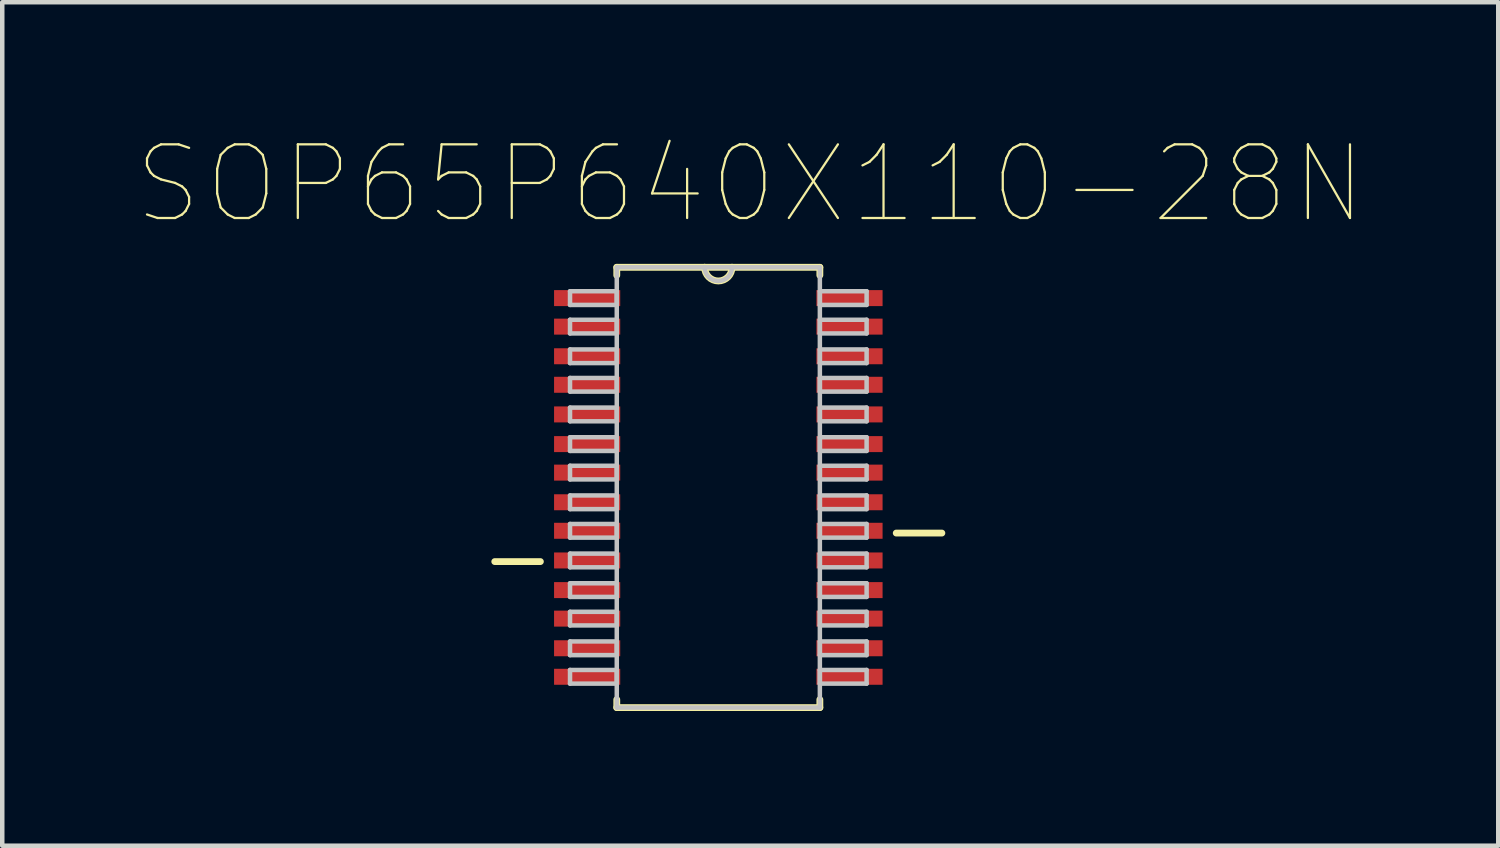
<source format=kicad_pcb>
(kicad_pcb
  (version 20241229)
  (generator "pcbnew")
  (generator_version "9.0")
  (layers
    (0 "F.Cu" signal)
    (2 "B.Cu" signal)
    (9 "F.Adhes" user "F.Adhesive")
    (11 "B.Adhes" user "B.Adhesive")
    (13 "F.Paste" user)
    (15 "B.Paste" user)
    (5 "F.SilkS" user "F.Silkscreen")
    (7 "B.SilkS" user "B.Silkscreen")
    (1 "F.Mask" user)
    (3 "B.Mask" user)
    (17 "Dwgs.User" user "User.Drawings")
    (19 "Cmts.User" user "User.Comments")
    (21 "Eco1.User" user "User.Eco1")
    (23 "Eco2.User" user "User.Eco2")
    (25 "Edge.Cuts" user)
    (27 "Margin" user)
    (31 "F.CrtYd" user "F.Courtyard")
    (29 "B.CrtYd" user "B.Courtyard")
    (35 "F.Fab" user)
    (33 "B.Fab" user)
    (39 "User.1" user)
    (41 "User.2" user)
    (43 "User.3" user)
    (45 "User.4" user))
  (footprint "SOP65P640X110-28N"
    (layer "F.Cu")
    (at 12.945 7.804)
    (property "Reference" "SOP65P640X110-28N" (at 0.711 -6.756 0) (layer "F.SilkS") (effects (font (size 1.64 1.64) (thickness 0.05))))
    (attr smd)
    (fp_line (start -4.978 1.651) (end -3.962 1.651) (stroke (width 0.152) (type solid)) (layer "F.SilkS"))
    (fp_line (start -2.261 -4.902) (end -2.261 -4.724) (stroke (width 0.152) (type solid)) (layer "F.SilkS"))
    (fp_line (start -2.261 4.724) (end -2.261 4.902) (stroke (width 0.152) (type solid)) (layer "F.SilkS"))
    (fp_line (start -2.261 4.902) (end 2.261 4.902) (stroke (width 0.152) (type solid)) (layer "F.SilkS"))
    (fp_line (start -0.305 -4.902) (end -2.261 -4.902) (stroke (width 0.152) (type solid)) (layer "F.SilkS"))
    (fp_line (start 0.305 -4.902) (end -0.305 -4.902) (stroke (width 0.152) (type solid)) (layer "F.SilkS"))
    (fp_line (start 2.261 -4.902) (end 0.305 -4.902) (stroke (width 0.152) (type solid)) (layer "F.SilkS"))
    (fp_line (start 2.261 -4.724) (end 2.261 -4.902) (stroke (width 0.152) (type solid)) (layer "F.SilkS"))
    (fp_line (start 2.261 4.902) (end 2.261 4.724) (stroke (width 0.152) (type solid)) (layer "F.SilkS"))
    (fp_line (start 3.962 1.016) (end 4.978 1.016) (stroke (width 0.152) (type solid)) (layer "F.SilkS"))
    (fp_arc (start 0.3048 -4.9022) (mid 0 -4.5974) (end -0.3048 -4.9022) (stroke (width 0.1524) (type solid)) (layer "F.SilkS"))
    (fp_line (start -3.302 -4.369) (end -3.302 -4.064) (stroke (width 0.1) (type solid)) (layer "Dwgs.User"))
    (fp_line (start -3.302 -4.064) (end -2.261 -4.064) (stroke (width 0.1) (type solid)) (layer "Dwgs.User"))
    (fp_line (start -3.302 -3.734) (end -3.302 -3.429) (stroke (width 0.1) (type solid)) (layer "Dwgs.User"))
    (fp_line (start -3.302 -3.429) (end -2.261 -3.429) (stroke (width 0.1) (type solid)) (layer "Dwgs.User"))
    (fp_line (start -3.302 -3.073) (end -3.302 -2.769) (stroke (width 0.1) (type solid)) (layer "Dwgs.User"))
    (fp_line (start -3.302 -2.769) (end -2.261 -2.769) (stroke (width 0.1) (type solid)) (layer "Dwgs.User"))
    (fp_line (start -3.302 -2.438) (end -3.302 -2.134) (stroke (width 0.1) (type solid)) (layer "Dwgs.User"))
    (fp_line (start -3.302 -2.134) (end -2.261 -2.134) (stroke (width 0.1) (type solid)) (layer "Dwgs.User"))
    (fp_line (start -3.302 -1.778) (end -3.302 -1.473) (stroke (width 0.1) (type solid)) (layer "Dwgs.User"))
    (fp_line (start -3.302 -1.473) (end -2.261 -1.473) (stroke (width 0.1) (type solid)) (layer "Dwgs.User"))
    (fp_line (start -3.302 -1.118) (end -3.302 -0.813) (stroke (width 0.1) (type solid)) (layer "Dwgs.User"))
    (fp_line (start -3.302 -0.813) (end -2.261 -0.813) (stroke (width 0.1) (type solid)) (layer "Dwgs.User"))
    (fp_line (start -3.302 -0.483) (end -3.302 -0.178) (stroke (width 0.1) (type solid)) (layer "Dwgs.User"))
    (fp_line (start -3.302 -0.178) (end -2.261 -0.178) (stroke (width 0.1) (type solid)) (layer "Dwgs.User"))
    (fp_line (start -3.302 0.178) (end -3.302 0.483) (stroke (width 0.1) (type solid)) (layer "Dwgs.User"))
    (fp_line (start -3.302 0.483) (end -2.261 0.483) (stroke (width 0.1) (type solid)) (layer "Dwgs.User"))
    (fp_line (start -3.302 0.813) (end -3.302 1.118) (stroke (width 0.1) (type solid)) (layer "Dwgs.User"))
    (fp_line (start -3.302 1.118) (end -2.261 1.118) (stroke (width 0.1) (type solid)) (layer "Dwgs.User"))
    (fp_line (start -3.302 1.473) (end -3.302 1.778) (stroke (width 0.1) (type solid)) (layer "Dwgs.User"))
    (fp_line (start -3.302 1.778) (end -2.261 1.778) (stroke (width 0.1) (type solid)) (layer "Dwgs.User"))
    (fp_line (start -3.302 2.134) (end -3.302 2.438) (stroke (width 0.1) (type solid)) (layer "Dwgs.User"))
    (fp_line (start -3.302 2.438) (end -2.261 2.438) (stroke (width 0.1) (type solid)) (layer "Dwgs.User"))
    (fp_line (start -3.302 2.769) (end -3.302 3.073) (stroke (width 0.1) (type solid)) (layer "Dwgs.User"))
    (fp_line (start -3.302 3.073) (end -2.261 3.073) (stroke (width 0.1) (type solid)) (layer "Dwgs.User"))
    (fp_line (start -3.302 3.429) (end -3.302 3.734) (stroke (width 0.1) (type solid)) (layer "Dwgs.User"))
    (fp_line (start -3.302 3.734) (end -2.261 3.734) (stroke (width 0.1) (type solid)) (layer "Dwgs.User"))
    (fp_line (start -3.302 4.064) (end -3.302 4.369) (stroke (width 0.1) (type solid)) (layer "Dwgs.User"))
    (fp_line (start -3.302 4.369) (end -2.261 4.369) (stroke (width 0.1) (type solid)) (layer "Dwgs.User"))
    (fp_line (start -2.261 -4.902) (end -2.261 4.902) (stroke (width 0.1) (type solid)) (layer "Dwgs.User"))
    (fp_line (start -2.261 -4.369) (end -3.302 -4.369) (stroke (width 0.1) (type solid)) (layer "Dwgs.User"))
    (fp_line (start -2.261 -4.064) (end -2.261 -4.369) (stroke (width 0.1) (type solid)) (layer "Dwgs.User"))
    (fp_line (start -2.261 -3.734) (end -3.302 -3.734) (stroke (width 0.1) (type solid)) (layer "Dwgs.User"))
    (fp_line (start -2.261 -3.429) (end -2.261 -3.734) (stroke (width 0.1) (type solid)) (layer "Dwgs.User"))
    (fp_line (start -2.261 -3.073) (end -3.302 -3.073) (stroke (width 0.1) (type solid)) (layer "Dwgs.User"))
    (fp_line (start -2.261 -2.769) (end -2.261 -3.073) (stroke (width 0.1) (type solid)) (layer "Dwgs.User"))
    (fp_line (start -2.261 -2.438) (end -3.302 -2.438) (stroke (width 0.1) (type solid)) (layer "Dwgs.User"))
    (fp_line (start -2.261 -2.134) (end -2.261 -2.438) (stroke (width 0.1) (type solid)) (layer "Dwgs.User"))
    (fp_line (start -2.261 -1.778) (end -3.302 -1.778) (stroke (width 0.1) (type solid)) (layer "Dwgs.User"))
    (fp_line (start -2.261 -1.473) (end -2.261 -1.778) (stroke (width 0.1) (type solid)) (layer "Dwgs.User"))
    (fp_line (start -2.261 -1.118) (end -3.302 -1.118) (stroke (width 0.1) (type solid)) (layer "Dwgs.User"))
    (fp_line (start -2.261 -0.813) (end -2.261 -1.118) (stroke (width 0.1) (type solid)) (layer "Dwgs.User"))
    (fp_line (start -2.261 -0.483) (end -3.302 -0.483) (stroke (width 0.1) (type solid)) (layer "Dwgs.User"))
    (fp_line (start -2.261 -0.178) (end -2.261 -0.483) (stroke (width 0.1) (type solid)) (layer "Dwgs.User"))
    (fp_line (start -2.261 0.178) (end -3.302 0.178) (stroke (width 0.1) (type solid)) (layer "Dwgs.User"))
    (fp_line (start -2.261 0.483) (end -2.261 0.178) (stroke (width 0.1) (type solid)) (layer "Dwgs.User"))
    (fp_line (start -2.261 0.813) (end -3.302 0.813) (stroke (width 0.1) (type solid)) (layer "Dwgs.User"))
    (fp_line (start -2.261 1.118) (end -2.261 0.813) (stroke (width 0.1) (type solid)) (layer "Dwgs.User"))
    (fp_line (start -2.261 1.473) (end -3.302 1.473) (stroke (width 0.1) (type solid)) (layer "Dwgs.User"))
    (fp_line (start -2.261 1.778) (end -2.261 1.473) (stroke (width 0.1) (type solid)) (layer "Dwgs.User"))
    (fp_line (start -2.261 2.134) (end -3.302 2.134) (stroke (width 0.1) (type solid)) (layer "Dwgs.User"))
    (fp_line (start -2.261 2.438) (end -2.261 2.134) (stroke (width 0.1) (type solid)) (layer "Dwgs.User"))
    (fp_line (start -2.261 2.769) (end -3.302 2.769) (stroke (width 0.1) (type solid)) (layer "Dwgs.User"))
    (fp_line (start -2.261 3.073) (end -2.261 2.769) (stroke (width 0.1) (type solid)) (layer "Dwgs.User"))
    (fp_line (start -2.261 3.429) (end -3.302 3.429) (stroke (width 0.1) (type solid)) (layer "Dwgs.User"))
    (fp_line (start -2.261 3.734) (end -2.261 3.429) (stroke (width 0.1) (type solid)) (layer "Dwgs.User"))
    (fp_line (start -2.261 4.064) (end -3.302 4.064) (stroke (width 0.1) (type solid)) (layer "Dwgs.User"))
    (fp_line (start -2.261 4.369) (end -2.261 4.064) (stroke (width 0.1) (type solid)) (layer "Dwgs.User"))
    (fp_line (start -2.261 4.902) (end 2.261 4.902) (stroke (width 0.1) (type solid)) (layer "Dwgs.User"))
    (fp_line (start -0.305 -4.902) (end -2.261 -4.902) (stroke (width 0.1) (type solid)) (layer "Dwgs.User"))
    (fp_line (start 0.305 -4.902) (end -0.305 -4.902) (stroke (width 0.1) (type solid)) (layer "Dwgs.User"))
    (fp_line (start 2.261 -4.902) (end 0.305 -4.902) (stroke (width 0.1) (type solid)) (layer "Dwgs.User"))
    (fp_line (start 2.261 -4.369) (end 2.261 -4.064) (stroke (width 0.1) (type solid)) (layer "Dwgs.User"))
    (fp_line (start 2.261 -4.064) (end 3.302 -4.064) (stroke (width 0.1) (type solid)) (layer "Dwgs.User"))
    (fp_line (start 2.261 -3.734) (end 2.261 -3.429) (stroke (width 0.1) (type solid)) (layer "Dwgs.User"))
    (fp_line (start 2.261 -3.429) (end 3.302 -3.429) (stroke (width 0.1) (type solid)) (layer "Dwgs.User"))
    (fp_line (start 2.261 -3.073) (end 2.261 -2.769) (stroke (width 0.1) (type solid)) (layer "Dwgs.User"))
    (fp_line (start 2.261 -2.769) (end 3.302 -2.769) (stroke (width 0.1) (type solid)) (layer "Dwgs.User"))
    (fp_line (start 2.261 -2.438) (end 2.261 -2.134) (stroke (width 0.1) (type solid)) (layer "Dwgs.User"))
    (fp_line (start 2.261 -2.134) (end 3.302 -2.134) (stroke (width 0.1) (type solid)) (layer "Dwgs.User"))
    (fp_line (start 2.261 -1.778) (end 2.261 -1.473) (stroke (width 0.1) (type solid)) (layer "Dwgs.User"))
    (fp_line (start 2.261 -1.473) (end 3.302 -1.473) (stroke (width 0.1) (type solid)) (layer "Dwgs.User"))
    (fp_line (start 2.261 -1.118) (end 2.261 -0.813) (stroke (width 0.1) (type solid)) (layer "Dwgs.User"))
    (fp_line (start 2.261 -0.813) (end 3.302 -0.813) (stroke (width 0.1) (type solid)) (layer "Dwgs.User"))
    (fp_line (start 2.261 -0.483) (end 2.261 -0.178) (stroke (width 0.1) (type solid)) (layer "Dwgs.User"))
    (fp_line (start 2.261 -0.178) (end 3.302 -0.178) (stroke (width 0.1) (type solid)) (layer "Dwgs.User"))
    (fp_line (start 2.261 0.178) (end 2.261 0.483) (stroke (width 0.1) (type solid)) (layer "Dwgs.User"))
    (fp_line (start 2.261 0.483) (end 3.302 0.483) (stroke (width 0.1) (type solid)) (layer "Dwgs.User"))
    (fp_line (start 2.261 0.813) (end 2.261 1.118) (stroke (width 0.1) (type solid)) (layer "Dwgs.User"))
    (fp_line (start 2.261 1.118) (end 3.302 1.118) (stroke (width 0.1) (type solid)) (layer "Dwgs.User"))
    (fp_line (start 2.261 1.473) (end 2.261 1.778) (stroke (width 0.1) (type solid)) (layer "Dwgs.User"))
    (fp_line (start 2.261 1.778) (end 3.302 1.778) (stroke (width 0.1) (type solid)) (layer "Dwgs.User"))
    (fp_line (start 2.261 2.134) (end 2.261 2.438) (stroke (width 0.1) (type solid)) (layer "Dwgs.User"))
    (fp_line (start 2.261 2.438) (end 3.302 2.438) (stroke (width 0.1) (type solid)) (layer "Dwgs.User"))
    (fp_line (start 2.261 2.769) (end 2.261 3.073) (stroke (width 0.1) (type solid)) (layer "Dwgs.User"))
    (fp_line (start 2.261 3.073) (end 3.302 3.073) (stroke (width 0.1) (type solid)) (layer "Dwgs.User"))
    (fp_line (start 2.261 3.429) (end 2.261 3.734) (stroke (width 0.1) (type solid)) (layer "Dwgs.User"))
    (fp_line (start 2.261 3.734) (end 3.302 3.734) (stroke (width 0.1) (type solid)) (layer "Dwgs.User"))
    (fp_line (start 2.261 4.064) (end 2.261 4.369) (stroke (width 0.1) (type solid)) (layer "Dwgs.User"))
    (fp_line (start 2.261 4.369) (end 3.302 4.369) (stroke (width 0.1) (type solid)) (layer "Dwgs.User"))
    (fp_line (start 2.261 4.902) (end 2.261 -4.902) (stroke (width 0.1) (type solid)) (layer "Dwgs.User"))
    (fp_line (start 3.302 -4.369) (end 2.261 -4.369) (stroke (width 0.1) (type solid)) (layer "Dwgs.User"))
    (fp_line (start 3.302 -4.064) (end 3.302 -4.369) (stroke (width 0.1) (type solid)) (layer "Dwgs.User"))
    (fp_line (start 3.302 -3.734) (end 2.261 -3.734) (stroke (width 0.1) (type solid)) (layer "Dwgs.User"))
    (fp_line (start 3.302 -3.429) (end 3.302 -3.734) (stroke (width 0.1) (type solid)) (layer "Dwgs.User"))
    (fp_line (start 3.302 -3.073) (end 2.261 -3.073) (stroke (width 0.1) (type solid)) (layer "Dwgs.User"))
    (fp_line (start 3.302 -2.769) (end 3.302 -3.073) (stroke (width 0.1) (type solid)) (layer "Dwgs.User"))
    (fp_line (start 3.302 -2.438) (end 2.261 -2.438) (stroke (width 0.1) (type solid)) (layer "Dwgs.User"))
    (fp_line (start 3.302 -2.134) (end 3.302 -2.438) (stroke (width 0.1) (type solid)) (layer "Dwgs.User"))
    (fp_line (start 3.302 -1.778) (end 2.261 -1.778) (stroke (width 0.1) (type solid)) (layer "Dwgs.User"))
    (fp_line (start 3.302 -1.473) (end 3.302 -1.778) (stroke (width 0.1) (type solid)) (layer "Dwgs.User"))
    (fp_line (start 3.302 -1.118) (end 2.261 -1.118) (stroke (width 0.1) (type solid)) (layer "Dwgs.User"))
    (fp_line (start 3.302 -0.813) (end 3.302 -1.118) (stroke (width 0.1) (type solid)) (layer "Dwgs.User"))
    (fp_line (start 3.302 -0.483) (end 2.261 -0.483) (stroke (width 0.1) (type solid)) (layer "Dwgs.User"))
    (fp_line (start 3.302 -0.178) (end 3.302 -0.483) (stroke (width 0.1) (type solid)) (layer "Dwgs.User"))
    (fp_line (start 3.302 0.178) (end 2.261 0.178) (stroke (width 0.1) (type solid)) (layer "Dwgs.User"))
    (fp_line (start 3.302 0.483) (end 3.302 0.178) (stroke (width 0.1) (type solid)) (layer "Dwgs.User"))
    (fp_line (start 3.302 0.813) (end 2.261 0.813) (stroke (width 0.1) (type solid)) (layer "Dwgs.User"))
    (fp_line (start 3.302 1.118) (end 3.302 0.813) (stroke (width 0.1) (type solid)) (layer "Dwgs.User"))
    (fp_line (start 3.302 1.473) (end 2.261 1.473) (stroke (width 0.1) (type solid)) (layer "Dwgs.User"))
    (fp_line (start 3.302 1.778) (end 3.302 1.473) (stroke (width 0.1) (type solid)) (layer "Dwgs.User"))
    (fp_line (start 3.302 2.134) (end 2.261 2.134) (stroke (width 0.1) (type solid)) (layer "Dwgs.User"))
    (fp_line (start 3.302 2.438) (end 3.302 2.134) (stroke (width 0.1) (type solid)) (layer "Dwgs.User"))
    (fp_line (start 3.302 2.769) (end 2.261 2.769) (stroke (width 0.1) (type solid)) (layer "Dwgs.User"))
    (fp_line (start 3.302 3.073) (end 3.302 2.769) (stroke (width 0.1) (type solid)) (layer "Dwgs.User"))
    (fp_line (start 3.302 3.429) (end 2.261 3.429) (stroke (width 0.1) (type solid)) (layer "Dwgs.User"))
    (fp_line (start 3.302 3.734) (end 3.302 3.429) (stroke (width 0.1) (type solid)) (layer "Dwgs.User"))
    (fp_line (start 3.302 4.064) (end 2.261 4.064) (stroke (width 0.1) (type solid)) (layer "Dwgs.User"))
    (fp_line (start 3.302 4.369) (end 3.302 4.064) (stroke (width 0.1) (type solid)) (layer "Dwgs.User"))
    (fp_arc (start 0.3048 -4.9022) (mid 0 -4.5974) (end -0.3048 -4.9022) (stroke (width 0.1) (type solid)) (layer "Dwgs.User"))
    (pad "1" smd rect (at -2.921 -4.216) (size 1.473 0.356) (layers "F.Cu" "F.Mask" "F.Paste"))
    (pad "2" smd rect (at -2.921 -3.581) (size 1.473 0.356) (layers "F.Cu" "F.Mask" "F.Paste"))
    (pad "3" smd rect (at -2.921 -2.921) (size 1.473 0.356) (layers "F.Cu" "F.Mask" "F.Paste"))
    (pad "4" smd rect (at -2.921 -2.286) (size 1.473 0.356) (layers "F.Cu" "F.Mask" "F.Paste"))
    (pad "5" smd rect (at -2.921 -1.626) (size 1.473 0.356) (layers "F.Cu" "F.Mask" "F.Paste"))
    (pad "6" smd rect (at -2.921 -0.965) (size 1.473 0.356) (layers "F.Cu" "F.Mask" "F.Paste"))
    (pad "7" smd rect (at -2.921 -0.33) (size 1.473 0.356) (layers "F.Cu" "F.Mask" "F.Paste"))
    (pad "8" smd rect (at -2.921 0.33) (size 1.473 0.356) (layers "F.Cu" "F.Mask" "F.Paste"))
    (pad "9" smd rect (at -2.921 0.965) (size 1.473 0.356) (layers "F.Cu" "F.Mask" "F.Paste"))
    (pad "10" smd rect (at -2.921 1.626) (size 1.473 0.356) (layers "F.Cu" "F.Mask" "F.Paste"))
    (pad "11" smd rect (at -2.921 2.286) (size 1.473 0.356) (layers "F.Cu" "F.Mask" "F.Paste"))
    (pad "12" smd rect (at -2.921 2.921) (size 1.473 0.356) (layers "F.Cu" "F.Mask" "F.Paste"))
    (pad "13" smd rect (at -2.921 3.581) (size 1.473 0.356) (layers "F.Cu" "F.Mask" "F.Paste"))
    (pad "14" smd rect (at -2.921 4.216) (size 1.473 0.356) (layers "F.Cu" "F.Mask" "F.Paste"))
    (pad "15" smd rect (at 2.921 4.216) (size 1.473 0.356) (layers "F.Cu" "F.Mask" "F.Paste"))
    (pad "16" smd rect (at 2.921 3.581) (size 1.473 0.356) (layers "F.Cu" "F.Mask" "F.Paste"))
    (pad "17" smd rect (at 2.921 2.921) (size 1.473 0.356) (layers "F.Cu" "F.Mask" "F.Paste"))
    (pad "18" smd rect (at 2.921 2.286) (size 1.473 0.356) (layers "F.Cu" "F.Mask" "F.Paste"))
    (pad "19" smd rect (at 2.921 1.626) (size 1.473 0.356) (layers "F.Cu" "F.Mask" "F.Paste"))
    (pad "20" smd rect (at 2.921 0.965) (size 1.473 0.356) (layers "F.Cu" "F.Mask" "F.Paste"))
    (pad "21" smd rect (at 2.921 0.33) (size 1.473 0.356) (layers "F.Cu" "F.Mask" "F.Paste"))
    (pad "22" smd rect (at 2.921 -0.33) (size 1.473 0.356) (layers "F.Cu" "F.Mask" "F.Paste"))
    (pad "23" smd rect (at 2.921 -0.965) (size 1.473 0.356) (layers "F.Cu" "F.Mask" "F.Paste"))
    (pad "24" smd rect (at 2.921 -1.626) (size 1.473 0.356) (layers "F.Cu" "F.Mask" "F.Paste"))
    (pad "25" smd rect (at 2.921 -2.286) (size 1.473 0.356) (layers "F.Cu" "F.Mask" "F.Paste"))
    (pad "26" smd rect (at 2.921 -2.921) (size 1.473 0.356) (layers "F.Cu" "F.Mask" "F.Paste"))
    (pad "27" smd rect (at 2.921 -3.581) (size 1.473 0.356) (layers "F.Cu" "F.Mask" "F.Paste"))
    (pad "28" smd rect (at 2.921 -4.216) (size 1.473 0.356) (layers "F.Cu" "F.Mask" "F.Paste")))
  (gr_rect
    (start -3 -3)
    (end 30.312 15.782)
    (stroke (width 0.1) (type default))
    (fill no)
    (layer "Edge.Cuts")))
</source>
